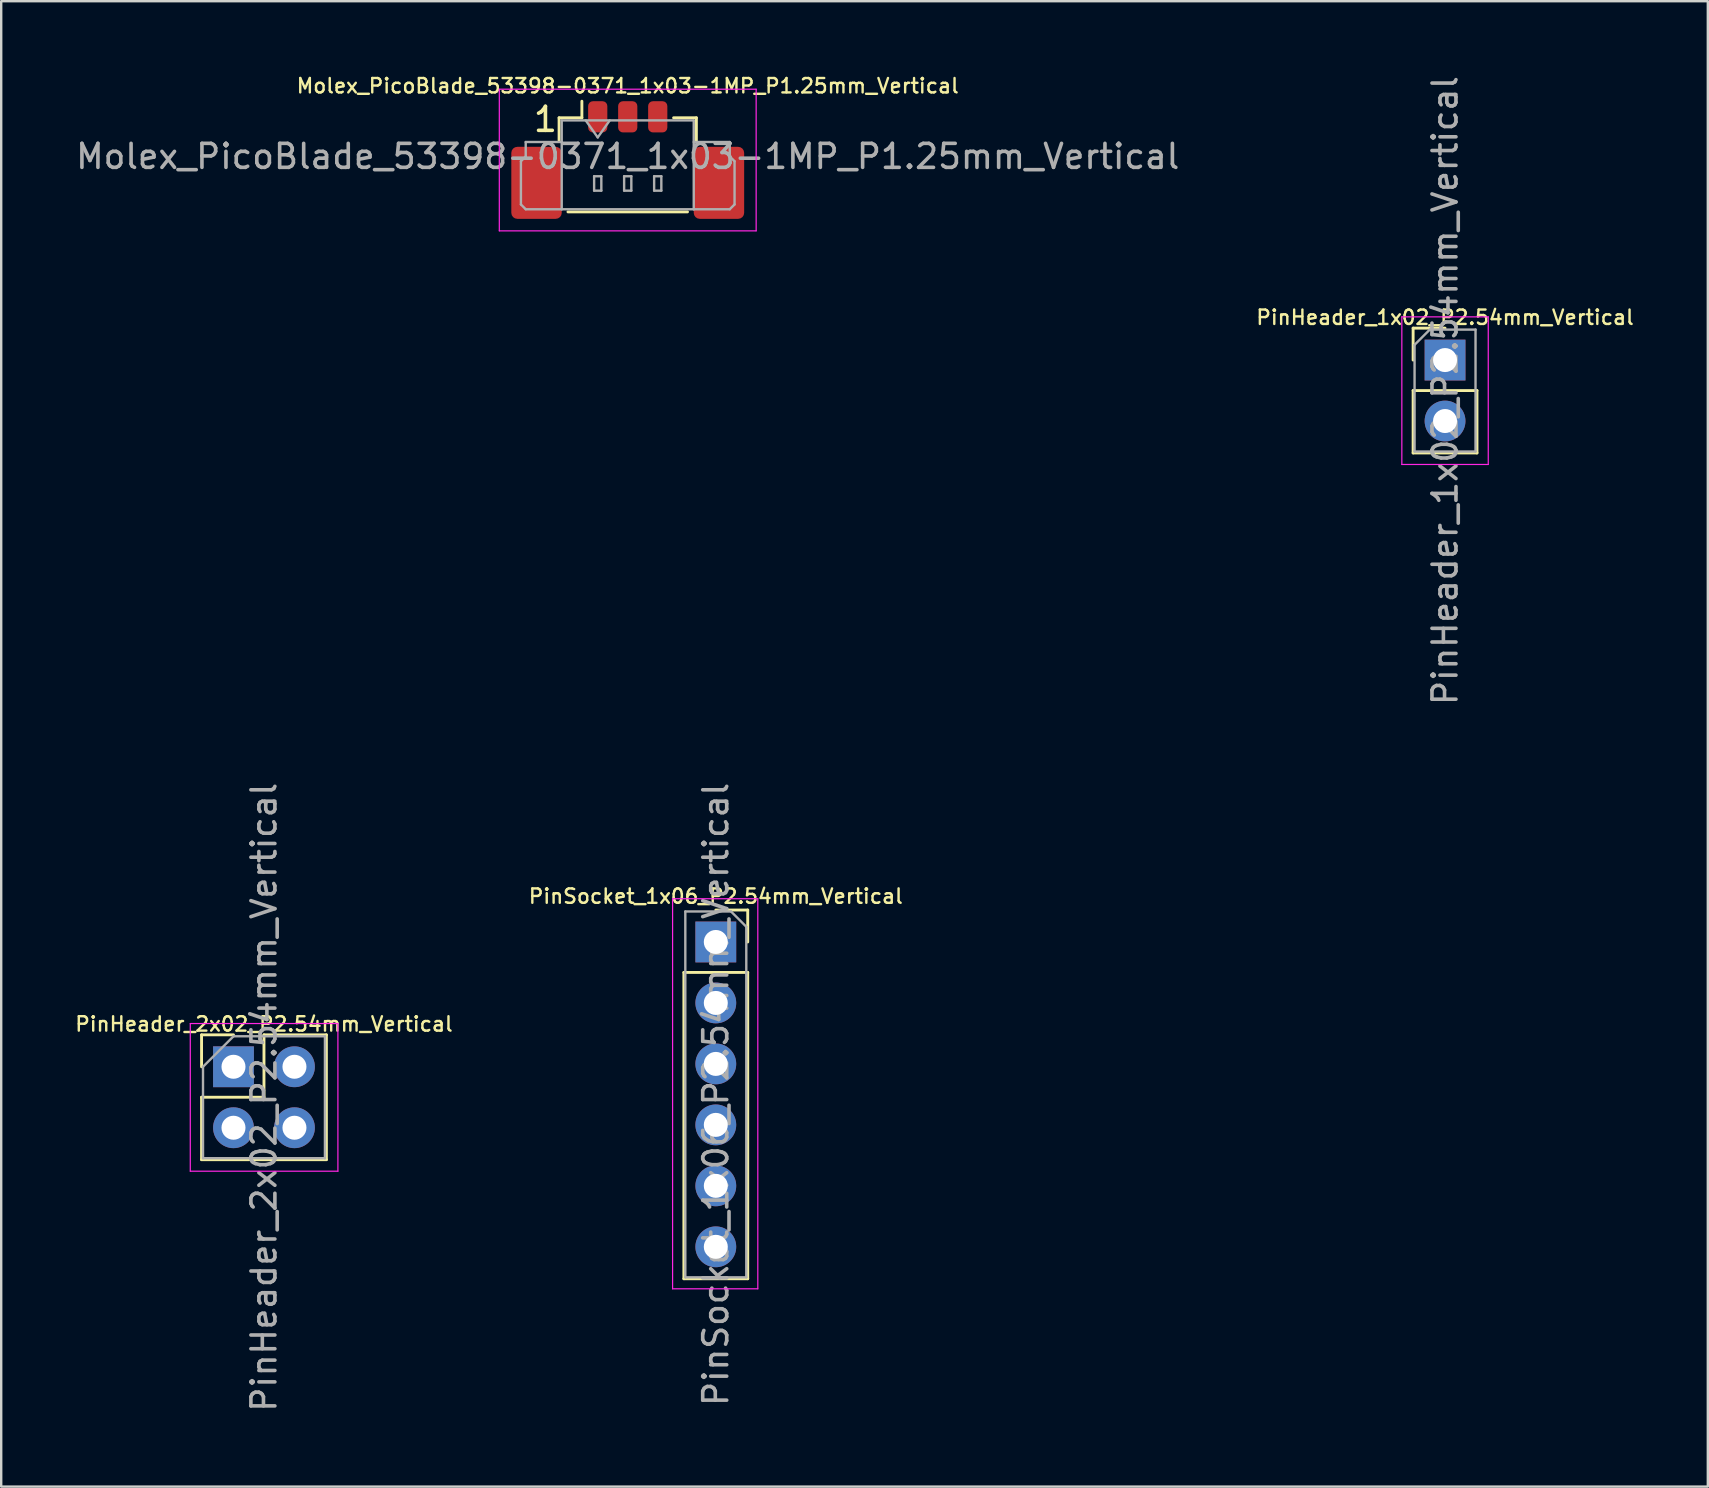
<source format=kicad_pcb>
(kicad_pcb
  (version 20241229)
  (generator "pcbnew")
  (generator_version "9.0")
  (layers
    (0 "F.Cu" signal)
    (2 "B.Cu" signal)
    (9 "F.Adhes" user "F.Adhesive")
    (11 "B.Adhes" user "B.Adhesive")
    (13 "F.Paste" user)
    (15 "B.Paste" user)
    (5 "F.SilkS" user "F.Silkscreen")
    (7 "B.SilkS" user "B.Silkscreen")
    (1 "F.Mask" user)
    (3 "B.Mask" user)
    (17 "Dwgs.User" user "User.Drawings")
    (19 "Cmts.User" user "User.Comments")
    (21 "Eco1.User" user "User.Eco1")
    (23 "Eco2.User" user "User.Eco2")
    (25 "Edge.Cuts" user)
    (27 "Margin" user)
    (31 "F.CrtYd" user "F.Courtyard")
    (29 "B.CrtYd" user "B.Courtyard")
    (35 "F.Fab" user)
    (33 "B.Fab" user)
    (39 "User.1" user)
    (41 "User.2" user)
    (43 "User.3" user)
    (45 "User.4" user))
  (footprint "PinSocket_1x06_P2.54mm_Vertical"
    (layer "F.Cu")
    (at 26.77 36.192)
    (property "Reference" "PinSocket_1x06_P2.54mm_Vertical" (at 0 -1.905 0) (layer "F.SilkS") (effects (font (size 0.6 0.6) (thickness 0.1))))
    (attr through_hole)
    (fp_line (start -1.33 1.27) (end -1.33 14.03) (stroke (width 0.12) (type solid)) (layer "F.SilkS"))
    (fp_line (start -1.33 1.27) (end 1.33 1.27) (stroke (width 0.12) (type solid)) (layer "F.SilkS"))
    (fp_line (start -1.33 14.03) (end 1.33 14.03) (stroke (width 0.12) (type solid)) (layer "F.SilkS"))
    (fp_line (start 0 -1.33) (end 1.33 -1.33) (stroke (width 0.12) (type solid)) (layer "F.SilkS"))
    (fp_line (start 1.33 -1.33) (end 1.33 0) (stroke (width 0.12) (type solid)) (layer "F.SilkS"))
    (fp_line (start 1.33 1.27) (end 1.33 14.03) (stroke (width 0.12) (type solid)) (layer "F.SilkS"))
    (fp_line (start -1.8 -1.8) (end 1.75 -1.8) (stroke (width 0.05) (type solid)) (layer "F.CrtYd"))
    (fp_line (start -1.8 14.45) (end -1.8 -1.8) (stroke (width 0.05) (type solid)) (layer "F.CrtYd"))
    (fp_line (start 1.75 -1.8) (end 1.75 14.45) (stroke (width 0.05) (type solid)) (layer "F.CrtYd"))
    (fp_line (start 1.75 14.45) (end -1.8 14.45) (stroke (width 0.05) (type solid)) (layer "F.CrtYd"))
    (fp_line (start -1.27 -1.27) (end 0.635 -1.27) (stroke (width 0.1) (type solid)) (layer "F.Fab"))
    (fp_line (start -1.27 13.97) (end -1.27 -1.27) (stroke (width 0.1) (type solid)) (layer "F.Fab"))
    (fp_line (start 0.635 -1.27) (end 1.27 -0.635) (stroke (width 0.1) (type solid)) (layer "F.Fab"))
    (fp_line (start 1.27 -0.635) (end 1.27 13.97) (stroke (width 0.1) (type solid)) (layer "F.Fab"))
    (fp_line (start 1.27 13.97) (end -1.27 13.97) (stroke (width 0.1) (type solid)) (layer "F.Fab"))
    (fp_text user "${REFERENCE}" (at 0 6.35 90) (layer "F.Fab") (effects (font (size 1 1) (thickness 0.15))))
    (pad "1" thru_hole rect (at 0 0) (size 1.7 1.7) (drill 1) (layers "*.Cu" "*.Mask"))
    (pad "2" thru_hole oval (at 0 2.54) (size 1.7 1.7) (drill 1) (layers "*.Cu" "*.Mask"))
    (pad "3" thru_hole oval (at 0 5.08) (size 1.7 1.7) (drill 1) (layers "*.Cu" "*.Mask"))
    (pad "4" thru_hole oval (at 0 7.62) (size 1.7 1.7) (drill 1) (layers "*.Cu" "*.Mask"))
    (pad "5" thru_hole oval (at 0 10.16) (size 1.7 1.7) (drill 1) (layers "*.Cu" "*.Mask"))
    (pad "6" thru_hole oval (at 0 12.7) (size 1.7 1.7) (drill 1) (layers "*.Cu" "*.Mask")))
  (footprint "PinHeader_1x02_P2.54mm_Vertical"
    (layer "F.Cu")
    (at 57.15 11.95)
    (property "Reference" "PinHeader_1x02_P2.54mm_Vertical" (at 0 -1.778 0) (layer "F.SilkS") (effects (font (size 0.6 0.6) (thickness 0.1))))
    (attr through_hole)
    (fp_line (start -1.33 -1.33) (end 0 -1.33) (stroke (width 0.12) (type solid)) (layer "F.SilkS"))
    (fp_line (start -1.33 0) (end -1.33 -1.33) (stroke (width 0.12) (type solid)) (layer "F.SilkS"))
    (fp_line (start -1.33 1.27) (end -1.33 3.87) (stroke (width 0.12) (type solid)) (layer "F.SilkS"))
    (fp_line (start -1.33 1.27) (end 1.33 1.27) (stroke (width 0.12) (type solid)) (layer "F.SilkS"))
    (fp_line (start -1.33 3.87) (end 1.33 3.87) (stroke (width 0.12) (type solid)) (layer "F.SilkS"))
    (fp_line (start 1.33 1.27) (end 1.33 3.87) (stroke (width 0.12) (type solid)) (layer "F.SilkS"))
    (fp_line (start -1.8 -1.8) (end -1.8 4.35) (stroke (width 0.05) (type solid)) (layer "F.CrtYd"))
    (fp_line (start -1.8 4.35) (end 1.8 4.35) (stroke (width 0.05) (type solid)) (layer "F.CrtYd"))
    (fp_line (start 1.8 -1.8) (end -1.8 -1.8) (stroke (width 0.05) (type solid)) (layer "F.CrtYd"))
    (fp_line (start 1.8 4.35) (end 1.8 -1.8) (stroke (width 0.05) (type solid)) (layer "F.CrtYd"))
    (fp_line (start -1.27 -0.635) (end -0.635 -1.27) (stroke (width 0.1) (type solid)) (layer "F.Fab"))
    (fp_line (start -1.27 3.81) (end -1.27 -0.635) (stroke (width 0.1) (type solid)) (layer "F.Fab"))
    (fp_line (start -0.635 -1.27) (end 1.27 -1.27) (stroke (width 0.1) (type solid)) (layer "F.Fab"))
    (fp_line (start 1.27 -1.27) (end 1.27 3.81) (stroke (width 0.1) (type solid)) (layer "F.Fab"))
    (fp_line (start 1.27 3.81) (end -1.27 3.81) (stroke (width 0.1) (type solid)) (layer "F.Fab"))
    (fp_text user "${REFERENCE}" (at 0 1.27 90) (layer "F.Fab") (effects (font (size 1 1) (thickness 0.15))))
    (pad "1" thru_hole rect (at 0 0) (size 1.7 1.7) (drill 1) (layers "*.Cu" "*.Mask"))
    (pad "2" thru_hole oval (at 0 2.54) (size 1.7 1.7) (drill 1) (layers "*.Cu" "*.Mask")))
  (footprint "PinHeader_2x02_P2.54mm_Vertical"
    (layer "F.Cu")
    (at 6.677 41.391)
    (property "Reference" "PinHeader_2x02_P2.54mm_Vertical" (at 1.27 -1.778 0) (layer "F.SilkS") (effects (font (size 0.6 0.6) (thickness 0.1))))
    (attr through_hole)
    (fp_line (start -1.33 -1.33) (end 0 -1.33) (stroke (width 0.12) (type solid)) (layer "F.SilkS"))
    (fp_line (start -1.33 0) (end -1.33 -1.33) (stroke (width 0.12) (type solid)) (layer "F.SilkS"))
    (fp_line (start -1.33 1.27) (end -1.33 3.87) (stroke (width 0.12) (type solid)) (layer "F.SilkS"))
    (fp_line (start -1.33 1.27) (end 1.27 1.27) (stroke (width 0.12) (type solid)) (layer "F.SilkS"))
    (fp_line (start -1.33 3.87) (end 3.87 3.87) (stroke (width 0.12) (type solid)) (layer "F.SilkS"))
    (fp_line (start 1.27 -1.33) (end 3.87 -1.33) (stroke (width 0.12) (type solid)) (layer "F.SilkS"))
    (fp_line (start 1.27 1.27) (end 1.27 -1.33) (stroke (width 0.12) (type solid)) (layer "F.SilkS"))
    (fp_line (start 3.87 -1.33) (end 3.87 3.87) (stroke (width 0.12) (type solid)) (layer "F.SilkS"))
    (fp_line (start -1.8 -1.8) (end -1.8 4.35) (stroke (width 0.05) (type solid)) (layer "F.CrtYd"))
    (fp_line (start -1.8 4.35) (end 4.35 4.35) (stroke (width 0.05) (type solid)) (layer "F.CrtYd"))
    (fp_line (start 4.35 -1.8) (end -1.8 -1.8) (stroke (width 0.05) (type solid)) (layer "F.CrtYd"))
    (fp_line (start 4.35 4.35) (end 4.35 -1.8) (stroke (width 0.05) (type solid)) (layer "F.CrtYd"))
    (fp_line (start -1.27 0) (end 0 -1.27) (stroke (width 0.1) (type solid)) (layer "F.Fab"))
    (fp_line (start -1.27 3.81) (end -1.27 0) (stroke (width 0.1) (type solid)) (layer "F.Fab"))
    (fp_line (start 0 -1.27) (end 3.81 -1.27) (stroke (width 0.1) (type solid)) (layer "F.Fab"))
    (fp_line (start 3.81 -1.27) (end 3.81 3.81) (stroke (width 0.1) (type solid)) (layer "F.Fab"))
    (fp_line (start 3.81 3.81) (end -1.27 3.81) (stroke (width 0.1) (type solid)) (layer "F.Fab"))
    (fp_text user "${REFERENCE}" (at 1.27 1.27 90) (layer "F.Fab") (effects (font (size 1 1) (thickness 0.15))))
    (pad "1" thru_hole rect (at 0 0) (size 1.7 1.7) (drill 1) (layers "*.Cu" "*.Mask"))
    (pad "2" thru_hole oval (at 2.54 0) (size 1.7 1.7) (drill 1) (layers "*.Cu" "*.Mask"))
    (pad "3" thru_hole oval (at 0 2.54) (size 1.7 1.7) (drill 1) (layers "*.Cu" "*.Mask"))
    (pad "4" thru_hole oval (at 2.54 2.54) (size 1.7 1.7) (drill 1) (layers "*.Cu" "*.Mask")))
  (footprint "Molex_PicoBlade_53398-0371_1x03-1MP_P1.25mm_Vertical"
    (layer "F.Cu")
    (at 23.101 3.067)
    (property "Reference" "Molex_PicoBlade_53398-0371_1x03-1MP_P1.25mm_Vertical" (at 0 -2.54 0) (layer "F.SilkS") (effects (font (size 0.6 0.6) (thickness 0.1))))
    (attr smd)
    (fp_line (start -2.86 -1.21) (end -1.91 -1.21) (stroke (width 0.12) (type solid)) (layer "F.SilkS"))
    (fp_line (start -2.86 -0.26) (end -2.86 -1.21) (stroke (width 0.12) (type solid)) (layer "F.SilkS"))
    (fp_line (start -2.49 2.71) (end 2.49 2.71) (stroke (width 0.12) (type solid)) (layer "F.SilkS"))
    (fp_line (start -1.91 -1.21) (end -1.91 -1.9) (stroke (width 0.12) (type solid)) (layer "F.SilkS"))
    (fp_line (start 2.86 -1.21) (end 1.91 -1.21) (stroke (width 0.12) (type solid)) (layer "F.SilkS"))
    (fp_line (start 2.86 -0.26) (end 2.86 -1.21) (stroke (width 0.12) (type solid)) (layer "F.SilkS"))
    (fp_line (start -5.35 -2.4) (end -5.35 3.5) (stroke (width 0.05) (type solid)) (layer "F.CrtYd"))
    (fp_line (start -5.35 3.5) (end 5.35 3.5) (stroke (width 0.05) (type solid)) (layer "F.CrtYd"))
    (fp_line (start 5.35 -2.4) (end -5.35 -2.4) (stroke (width 0.05) (type solid)) (layer "F.CrtYd"))
    (fp_line (start 5.35 3.5) (end 5.35 -2.4) (stroke (width 0.05) (type solid)) (layer "F.CrtYd"))
    (fp_line (start -4.45 0.6) (end -4.25 0.4) (stroke (width 0.1) (type solid)) (layer "F.Fab"))
    (fp_line (start -4.45 2.4) (end -4.45 0.6) (stroke (width 0.1) (type solid)) (layer "F.Fab"))
    (fp_line (start -4.25 -0.2) (end -2.75 -0.2) (stroke (width 0.1) (type solid)) (layer "F.Fab"))
    (fp_line (start -4.25 0.4) (end -4.25 -0.2) (stroke (width 0.1) (type solid)) (layer "F.Fab"))
    (fp_line (start -4.25 2.6) (end -4.45 2.4) (stroke (width 0.1) (type solid)) (layer "F.Fab"))
    (fp_line (start -2.75 -1.1) (end -2.75 2.6) (stroke (width 0.1) (type solid)) (layer "F.Fab"))
    (fp_line (start -2.75 -1.1) (end 2.75 -1.1) (stroke (width 0.1) (type solid)) (layer "F.Fab"))
    (fp_line (start -2.75 2.6) (end -4.25 2.6) (stroke (width 0.1) (type solid)) (layer "F.Fab"))
    (fp_line (start -2.75 2.6) (end 2.75 2.6) (stroke (width 0.1) (type solid)) (layer "F.Fab"))
    (fp_line (start -1.75 -1.1) (end -1.25 -0.393) (stroke (width 0.1) (type solid)) (layer "F.Fab"))
    (fp_line (start -1.4 1.225) (end -1.4 1.825) (stroke (width 0.1) (type solid)) (layer "F.Fab"))
    (fp_line (start -1.4 1.825) (end -1.1 1.825) (stroke (width 0.1) (type solid)) (layer "F.Fab"))
    (fp_line (start -1.25 -0.393) (end -0.75 -1.1) (stroke (width 0.1) (type solid)) (layer "F.Fab"))
    (fp_line (start -1.1 1.225) (end -1.4 1.225) (stroke (width 0.1) (type solid)) (layer "F.Fab"))
    (fp_line (start -1.1 1.825) (end -1.1 1.225) (stroke (width 0.1) (type solid)) (layer "F.Fab"))
    (fp_line (start -0.15 1.225) (end -0.15 1.825) (stroke (width 0.1) (type solid)) (layer "F.Fab"))
    (fp_line (start -0.15 1.825) (end 0.15 1.825) (stroke (width 0.1) (type solid)) (layer "F.Fab"))
    (fp_line (start 0.15 1.225) (end -0.15 1.225) (stroke (width 0.1) (type solid)) (layer "F.Fab"))
    (fp_line (start 0.15 1.825) (end 0.15 1.225) (stroke (width 0.1) (type solid)) (layer "F.Fab"))
    (fp_line (start 1.1 1.225) (end 1.1 1.825) (stroke (width 0.1) (type solid)) (layer "F.Fab"))
    (fp_line (start 1.1 1.825) (end 1.4 1.825) (stroke (width 0.1) (type solid)) (layer "F.Fab"))
    (fp_line (start 1.4 1.225) (end 1.1 1.225) (stroke (width 0.1) (type solid)) (layer "F.Fab"))
    (fp_line (start 1.4 1.825) (end 1.4 1.225) (stroke (width 0.1) (type solid)) (layer "F.Fab"))
    (fp_line (start 2.75 -1.1) (end 2.75 2.6) (stroke (width 0.1) (type solid)) (layer "F.Fab"))
    (fp_line (start 2.75 2.6) (end 4.25 2.6) (stroke (width 0.1) (type solid)) (layer "F.Fab"))
    (fp_line (start 4.25 -0.2) (end 2.75 -0.2) (stroke (width 0.1) (type solid)) (layer "F.Fab"))
    (fp_line (start 4.25 0.4) (end 4.25 -0.2) (stroke (width 0.1) (type solid)) (layer "F.Fab"))
    (fp_line (start 4.25 2.6) (end 4.45 2.4) (stroke (width 0.1) (type solid)) (layer "F.Fab"))
    (fp_line (start 4.45 0.6) (end 4.25 0.4) (stroke (width 0.1) (type solid)) (layer "F.Fab"))
    (fp_line (start 4.45 2.4) (end 4.45 0.6) (stroke (width 0.1) (type solid)) (layer "F.Fab"))
    (fp_text user "1" (at -3.429 -1.143 0) (unlocked yes) (layer "F.SilkS") (effects (font (size 1 1) (thickness 0.15))))
    (fp_text user "${REFERENCE}" (at 0 0.4 0) (layer "F.Fab") (effects (font (size 1 1) (thickness 0.15))))
    (pad "" smd roundrect (at -3.8 1.5) (size 2.1 3) (layers "F.Cu" "F.Mask" "F.Paste") (roundrect_rratio 0.119))
    (pad "" smd roundrect (at 3.8 1.5) (size 2.1 3) (layers "F.Cu" "F.Mask" "F.Paste") (roundrect_rratio 0.119))
    (pad "1" smd roundrect (at -1.25 -1.25) (size 0.8 1.3) (layers "F.Cu" "F.Mask" "F.Paste") (roundrect_rratio 0.25))
    (pad "2" smd roundrect (at 0 -1.25) (size 0.8 1.3) (layers "F.Cu" "F.Mask" "F.Paste") (roundrect_rratio 0.25))
    (pad "3" smd roundrect (at 1.25 -1.25) (size 0.8 1.3) (layers "F.Cu" "F.Mask" "F.Paste") (roundrect_rratio 0.25)))
  (gr_rect
    (start -3 -3)
    (end 68.097 58.881)
    (stroke (width 0.1) (type default))
    (fill no)
    (layer "Edge.Cuts")))
</source>
